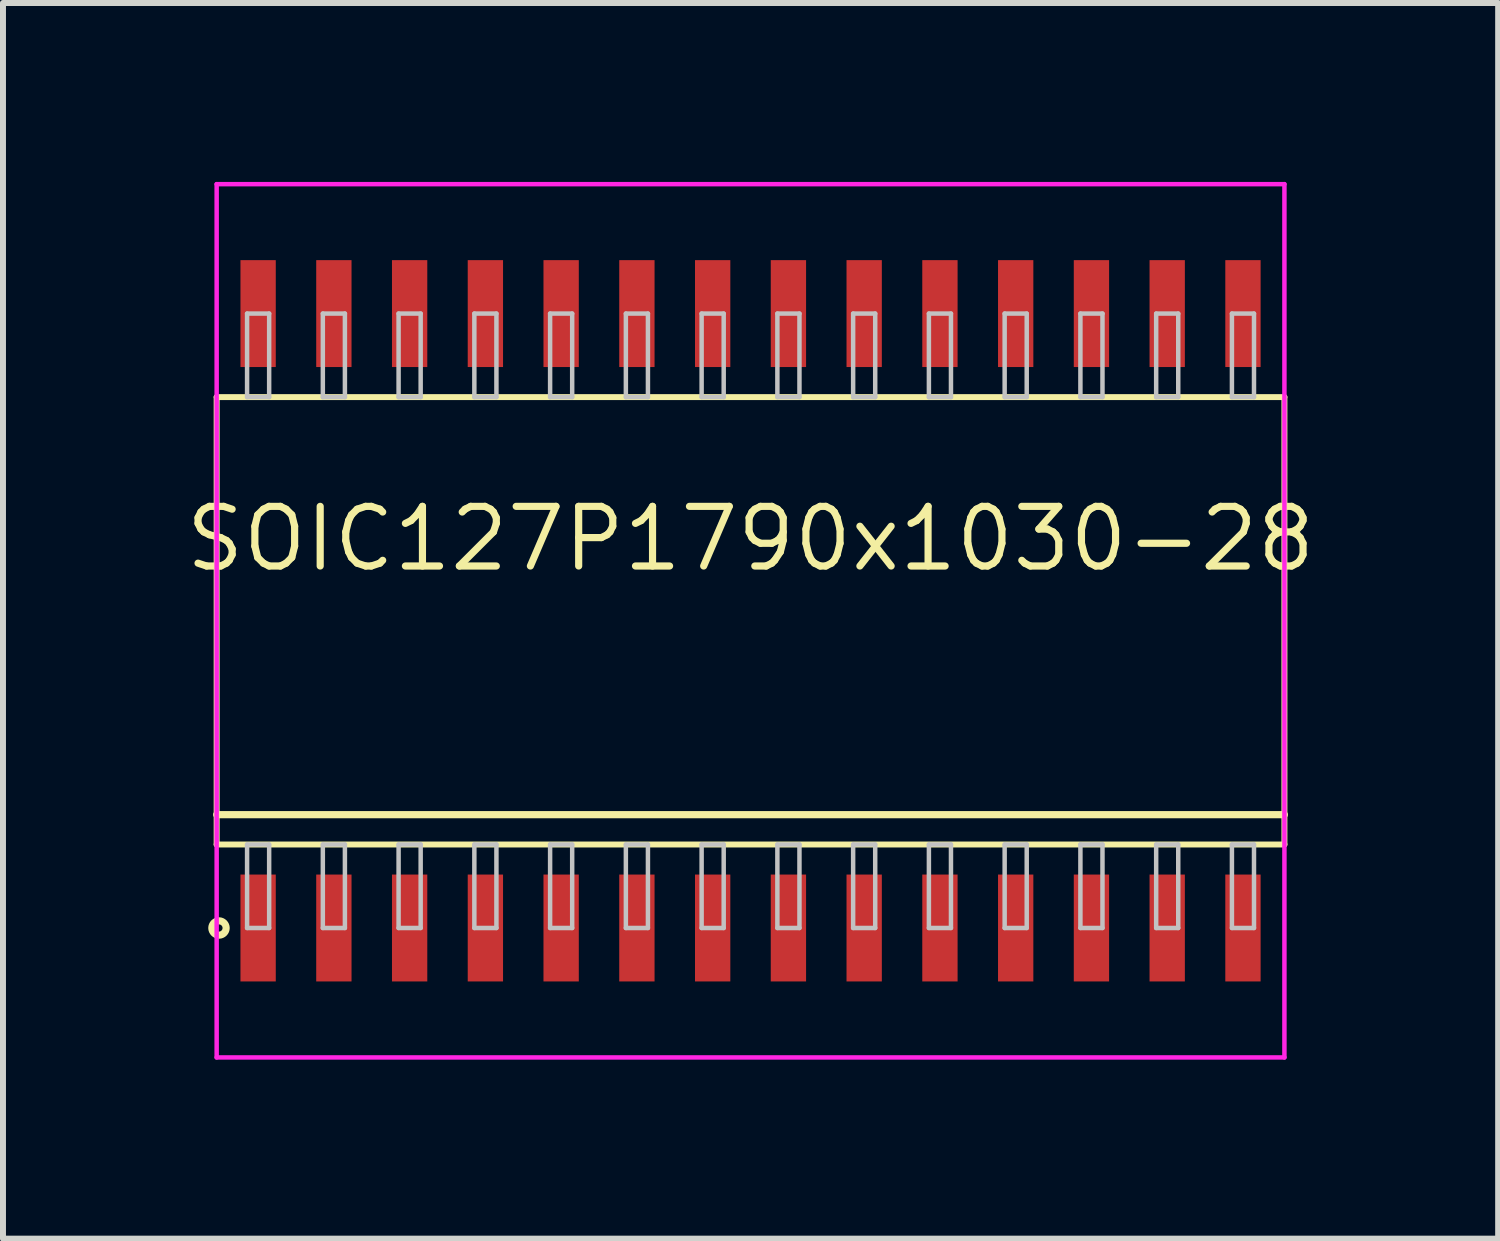
<source format=kicad_pcb>
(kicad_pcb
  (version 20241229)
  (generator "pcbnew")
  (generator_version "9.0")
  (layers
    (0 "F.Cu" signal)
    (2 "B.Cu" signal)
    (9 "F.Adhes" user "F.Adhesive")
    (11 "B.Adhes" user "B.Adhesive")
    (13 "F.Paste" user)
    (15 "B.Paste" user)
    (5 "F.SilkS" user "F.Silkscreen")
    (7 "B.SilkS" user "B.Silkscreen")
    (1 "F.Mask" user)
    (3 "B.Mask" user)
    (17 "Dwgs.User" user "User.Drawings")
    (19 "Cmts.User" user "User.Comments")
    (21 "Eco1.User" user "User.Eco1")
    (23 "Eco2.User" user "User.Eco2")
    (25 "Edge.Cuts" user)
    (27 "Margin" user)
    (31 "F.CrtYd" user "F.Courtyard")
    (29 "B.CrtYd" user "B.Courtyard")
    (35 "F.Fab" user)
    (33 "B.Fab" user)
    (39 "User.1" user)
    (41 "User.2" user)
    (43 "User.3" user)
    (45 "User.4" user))
  (footprint "SOIC127P1790x1030-28"
    (layer "F.Cu")
    (at 9.532 7.357)
    (property "Reference" "SOIC127P1790x1030-28" (at 0 -1.375 0) (layer "F.SilkS") (effects (font (size 1 1) (thickness 0.12))))
    (attr through_hole)
    (fp_line (start -8.95 -3.75) (end -8.95 3.75) (stroke (width 0.1) (type solid)) (layer "F.SilkS"))
    (fp_line (start -8.95 3.25) (end 8.95 3.25) (stroke (width 0.12) (type solid)) (layer "F.SilkS"))
    (fp_line (start -8.95 3.75) (end 8.95 3.75) (stroke (width 0.1) (type solid)) (layer "F.SilkS"))
    (fp_line (start 8.95 -3.75) (end -8.95 -3.75) (stroke (width 0.1) (type solid)) (layer "F.SilkS"))
    (fp_line (start 8.95 3.75) (end 8.95 -3.75) (stroke (width 0.1) (type solid)) (layer "F.SilkS"))
    (fp_circle (center -8.911 5.15) (end -8.791 5.15) (stroke (width 0.12) (type solid)) (fill no) (layer "F.SilkS"))
    (fp_line (start -8.44 -5.15) (end -8.44 -3.75) (stroke (width 0.075) (type solid)) (layer "Dwgs.User"))
    (fp_line (start -8.44 -3.75) (end -8.07 -3.75) (stroke (width 0.075) (type solid)) (layer "Dwgs.User"))
    (fp_line (start -8.44 3.75) (end -8.07 3.75) (stroke (width 0.075) (type solid)) (layer "Dwgs.User"))
    (fp_line (start -8.44 5.15) (end -8.44 3.75) (stroke (width 0.075) (type solid)) (layer "Dwgs.User"))
    (fp_line (start -8.07 -5.15) (end -8.44 -5.15) (stroke (width 0.075) (type solid)) (layer "Dwgs.User"))
    (fp_line (start -8.07 -3.75) (end -8.07 -5.15) (stroke (width 0.075) (type solid)) (layer "Dwgs.User"))
    (fp_line (start -8.07 3.75) (end -8.07 5.15) (stroke (width 0.075) (type solid)) (layer "Dwgs.User"))
    (fp_line (start -8.07 5.15) (end -8.44 5.15) (stroke (width 0.075) (type solid)) (layer "Dwgs.User"))
    (fp_line (start -7.17 -5.15) (end -7.17 -3.75) (stroke (width 0.075) (type solid)) (layer "Dwgs.User"))
    (fp_line (start -7.17 -3.75) (end -6.8 -3.75) (stroke (width 0.075) (type solid)) (layer "Dwgs.User"))
    (fp_line (start -7.17 3.75) (end -6.8 3.75) (stroke (width 0.075) (type solid)) (layer "Dwgs.User"))
    (fp_line (start -7.17 5.15) (end -7.17 3.75) (stroke (width 0.075) (type solid)) (layer "Dwgs.User"))
    (fp_line (start -6.8 -5.15) (end -7.17 -5.15) (stroke (width 0.075) (type solid)) (layer "Dwgs.User"))
    (fp_line (start -6.8 -3.75) (end -6.8 -5.15) (stroke (width 0.075) (type solid)) (layer "Dwgs.User"))
    (fp_line (start -6.8 3.75) (end -6.8 5.15) (stroke (width 0.075) (type solid)) (layer "Dwgs.User"))
    (fp_line (start -6.8 5.15) (end -7.17 5.15) (stroke (width 0.075) (type solid)) (layer "Dwgs.User"))
    (fp_line (start -5.9 -5.15) (end -5.9 -3.75) (stroke (width 0.075) (type solid)) (layer "Dwgs.User"))
    (fp_line (start -5.9 -3.75) (end -5.53 -3.75) (stroke (width 0.075) (type solid)) (layer "Dwgs.User"))
    (fp_line (start -5.9 3.75) (end -5.53 3.75) (stroke (width 0.075) (type solid)) (layer "Dwgs.User"))
    (fp_line (start -5.9 5.15) (end -5.9 3.75) (stroke (width 0.075) (type solid)) (layer "Dwgs.User"))
    (fp_line (start -5.53 -5.15) (end -5.9 -5.15) (stroke (width 0.075) (type solid)) (layer "Dwgs.User"))
    (fp_line (start -5.53 -3.75) (end -5.53 -5.15) (stroke (width 0.075) (type solid)) (layer "Dwgs.User"))
    (fp_line (start -5.53 3.75) (end -5.53 5.15) (stroke (width 0.075) (type solid)) (layer "Dwgs.User"))
    (fp_line (start -5.53 5.15) (end -5.9 5.15) (stroke (width 0.075) (type solid)) (layer "Dwgs.User"))
    (fp_line (start -4.63 -5.15) (end -4.63 -3.75) (stroke (width 0.075) (type solid)) (layer "Dwgs.User"))
    (fp_line (start -4.63 -3.75) (end -4.26 -3.75) (stroke (width 0.075) (type solid)) (layer "Dwgs.User"))
    (fp_line (start -4.63 3.75) (end -4.26 3.75) (stroke (width 0.075) (type solid)) (layer "Dwgs.User"))
    (fp_line (start -4.63 5.15) (end -4.63 3.75) (stroke (width 0.075) (type solid)) (layer "Dwgs.User"))
    (fp_line (start -4.26 -5.15) (end -4.63 -5.15) (stroke (width 0.075) (type solid)) (layer "Dwgs.User"))
    (fp_line (start -4.26 -3.75) (end -4.26 -5.15) (stroke (width 0.075) (type solid)) (layer "Dwgs.User"))
    (fp_line (start -4.26 3.75) (end -4.26 5.15) (stroke (width 0.075) (type solid)) (layer "Dwgs.User"))
    (fp_line (start -4.26 5.15) (end -4.63 5.15) (stroke (width 0.075) (type solid)) (layer "Dwgs.User"))
    (fp_line (start -3.36 -5.15) (end -3.36 -3.75) (stroke (width 0.075) (type solid)) (layer "Dwgs.User"))
    (fp_line (start -3.36 -3.75) (end -2.99 -3.75) (stroke (width 0.075) (type solid)) (layer "Dwgs.User"))
    (fp_line (start -3.36 3.75) (end -2.99 3.75) (stroke (width 0.075) (type solid)) (layer "Dwgs.User"))
    (fp_line (start -3.36 5.15) (end -3.36 3.75) (stroke (width 0.075) (type solid)) (layer "Dwgs.User"))
    (fp_line (start -2.99 -5.15) (end -3.36 -5.15) (stroke (width 0.075) (type solid)) (layer "Dwgs.User"))
    (fp_line (start -2.99 -3.75) (end -2.99 -5.15) (stroke (width 0.075) (type solid)) (layer "Dwgs.User"))
    (fp_line (start -2.99 3.75) (end -2.99 5.15) (stroke (width 0.075) (type solid)) (layer "Dwgs.User"))
    (fp_line (start -2.99 5.15) (end -3.36 5.15) (stroke (width 0.075) (type solid)) (layer "Dwgs.User"))
    (fp_line (start -2.09 -5.15) (end -2.09 -3.75) (stroke (width 0.075) (type solid)) (layer "Dwgs.User"))
    (fp_line (start -2.09 -3.75) (end -1.72 -3.75) (stroke (width 0.075) (type solid)) (layer "Dwgs.User"))
    (fp_line (start -2.09 3.75) (end -1.72 3.75) (stroke (width 0.075) (type solid)) (layer "Dwgs.User"))
    (fp_line (start -2.09 5.15) (end -2.09 3.75) (stroke (width 0.075) (type solid)) (layer "Dwgs.User"))
    (fp_line (start -1.72 -5.15) (end -2.09 -5.15) (stroke (width 0.075) (type solid)) (layer "Dwgs.User"))
    (fp_line (start -1.72 -3.75) (end -1.72 -5.15) (stroke (width 0.075) (type solid)) (layer "Dwgs.User"))
    (fp_line (start -1.72 3.75) (end -1.72 5.15) (stroke (width 0.075) (type solid)) (layer "Dwgs.User"))
    (fp_line (start -1.72 5.15) (end -2.09 5.15) (stroke (width 0.075) (type solid)) (layer "Dwgs.User"))
    (fp_line (start -0.82 -5.15) (end -0.82 -3.75) (stroke (width 0.075) (type solid)) (layer "Dwgs.User"))
    (fp_line (start -0.82 -3.75) (end -0.45 -3.75) (stroke (width 0.075) (type solid)) (layer "Dwgs.User"))
    (fp_line (start -0.82 3.75) (end -0.45 3.75) (stroke (width 0.075) (type solid)) (layer "Dwgs.User"))
    (fp_line (start -0.82 5.15) (end -0.82 3.75) (stroke (width 0.075) (type solid)) (layer "Dwgs.User"))
    (fp_line (start -0.45 -5.15) (end -0.82 -5.15) (stroke (width 0.075) (type solid)) (layer "Dwgs.User"))
    (fp_line (start -0.45 -3.75) (end -0.45 -5.15) (stroke (width 0.075) (type solid)) (layer "Dwgs.User"))
    (fp_line (start -0.45 3.75) (end -0.45 5.15) (stroke (width 0.075) (type solid)) (layer "Dwgs.User"))
    (fp_line (start -0.45 5.15) (end -0.82 5.15) (stroke (width 0.075) (type solid)) (layer "Dwgs.User"))
    (fp_line (start 0.45 -5.15) (end 0.45 -3.75) (stroke (width 0.075) (type solid)) (layer "Dwgs.User"))
    (fp_line (start 0.45 -3.75) (end 0.82 -3.75) (stroke (width 0.075) (type solid)) (layer "Dwgs.User"))
    (fp_line (start 0.45 3.75) (end 0.82 3.75) (stroke (width 0.075) (type solid)) (layer "Dwgs.User"))
    (fp_line (start 0.45 5.15) (end 0.45 3.75) (stroke (width 0.075) (type solid)) (layer "Dwgs.User"))
    (fp_line (start 0.82 -5.15) (end 0.45 -5.15) (stroke (width 0.075) (type solid)) (layer "Dwgs.User"))
    (fp_line (start 0.82 -3.75) (end 0.82 -5.15) (stroke (width 0.075) (type solid)) (layer "Dwgs.User"))
    (fp_line (start 0.82 3.75) (end 0.82 5.15) (stroke (width 0.075) (type solid)) (layer "Dwgs.User"))
    (fp_line (start 0.82 5.15) (end 0.45 5.15) (stroke (width 0.075) (type solid)) (layer "Dwgs.User"))
    (fp_line (start 1.72 -5.15) (end 1.72 -3.75) (stroke (width 0.075) (type solid)) (layer "Dwgs.User"))
    (fp_line (start 1.72 -3.75) (end 2.09 -3.75) (stroke (width 0.075) (type solid)) (layer "Dwgs.User"))
    (fp_line (start 1.72 3.75) (end 2.09 3.75) (stroke (width 0.075) (type solid)) (layer "Dwgs.User"))
    (fp_line (start 1.72 5.15) (end 1.72 3.75) (stroke (width 0.075) (type solid)) (layer "Dwgs.User"))
    (fp_line (start 2.09 -5.15) (end 1.72 -5.15) (stroke (width 0.075) (type solid)) (layer "Dwgs.User"))
    (fp_line (start 2.09 -3.75) (end 2.09 -5.15) (stroke (width 0.075) (type solid)) (layer "Dwgs.User"))
    (fp_line (start 2.09 3.75) (end 2.09 5.15) (stroke (width 0.075) (type solid)) (layer "Dwgs.User"))
    (fp_line (start 2.09 5.15) (end 1.72 5.15) (stroke (width 0.075) (type solid)) (layer "Dwgs.User"))
    (fp_line (start 2.99 -5.15) (end 2.99 -3.75) (stroke (width 0.075) (type solid)) (layer "Dwgs.User"))
    (fp_line (start 2.99 -3.75) (end 3.36 -3.75) (stroke (width 0.075) (type solid)) (layer "Dwgs.User"))
    (fp_line (start 2.99 3.75) (end 3.36 3.75) (stroke (width 0.075) (type solid)) (layer "Dwgs.User"))
    (fp_line (start 2.99 5.15) (end 2.99 3.75) (stroke (width 0.075) (type solid)) (layer "Dwgs.User"))
    (fp_line (start 3.36 -5.15) (end 2.99 -5.15) (stroke (width 0.075) (type solid)) (layer "Dwgs.User"))
    (fp_line (start 3.36 -3.75) (end 3.36 -5.15) (stroke (width 0.075) (type solid)) (layer "Dwgs.User"))
    (fp_line (start 3.36 3.75) (end 3.36 5.15) (stroke (width 0.075) (type solid)) (layer "Dwgs.User"))
    (fp_line (start 3.36 5.15) (end 2.99 5.15) (stroke (width 0.075) (type solid)) (layer "Dwgs.User"))
    (fp_line (start 4.26 -5.15) (end 4.26 -3.75) (stroke (width 0.075) (type solid)) (layer "Dwgs.User"))
    (fp_line (start 4.26 -3.75) (end 4.63 -3.75) (stroke (width 0.075) (type solid)) (layer "Dwgs.User"))
    (fp_line (start 4.26 3.75) (end 4.63 3.75) (stroke (width 0.075) (type solid)) (layer "Dwgs.User"))
    (fp_line (start 4.26 5.15) (end 4.26 3.75) (stroke (width 0.075) (type solid)) (layer "Dwgs.User"))
    (fp_line (start 4.63 -5.15) (end 4.26 -5.15) (stroke (width 0.075) (type solid)) (layer "Dwgs.User"))
    (fp_line (start 4.63 -3.75) (end 4.63 -5.15) (stroke (width 0.075) (type solid)) (layer "Dwgs.User"))
    (fp_line (start 4.63 3.75) (end 4.63 5.15) (stroke (width 0.075) (type solid)) (layer "Dwgs.User"))
    (fp_line (start 4.63 5.15) (end 4.26 5.15) (stroke (width 0.075) (type solid)) (layer "Dwgs.User"))
    (fp_line (start 5.53 -5.15) (end 5.53 -3.75) (stroke (width 0.075) (type solid)) (layer "Dwgs.User"))
    (fp_line (start 5.53 -3.75) (end 5.9 -3.75) (stroke (width 0.075) (type solid)) (layer "Dwgs.User"))
    (fp_line (start 5.53 3.75) (end 5.9 3.75) (stroke (width 0.075) (type solid)) (layer "Dwgs.User"))
    (fp_line (start 5.53 5.15) (end 5.53 3.75) (stroke (width 0.075) (type solid)) (layer "Dwgs.User"))
    (fp_line (start 5.9 -5.15) (end 5.53 -5.15) (stroke (width 0.075) (type solid)) (layer "Dwgs.User"))
    (fp_line (start 5.9 -3.75) (end 5.9 -5.15) (stroke (width 0.075) (type solid)) (layer "Dwgs.User"))
    (fp_line (start 5.9 3.75) (end 5.9 5.15) (stroke (width 0.075) (type solid)) (layer "Dwgs.User"))
    (fp_line (start 5.9 5.15) (end 5.53 5.15) (stroke (width 0.075) (type solid)) (layer "Dwgs.User"))
    (fp_line (start 6.8 -5.15) (end 6.8 -3.75) (stroke (width 0.075) (type solid)) (layer "Dwgs.User"))
    (fp_line (start 6.8 -3.75) (end 7.17 -3.75) (stroke (width 0.075) (type solid)) (layer "Dwgs.User"))
    (fp_line (start 6.8 3.75) (end 7.17 3.75) (stroke (width 0.075) (type solid)) (layer "Dwgs.User"))
    (fp_line (start 6.8 5.15) (end 6.8 3.75) (stroke (width 0.075) (type solid)) (layer "Dwgs.User"))
    (fp_line (start 7.17 -5.15) (end 6.8 -5.15) (stroke (width 0.075) (type solid)) (layer "Dwgs.User"))
    (fp_line (start 7.17 -3.75) (end 7.17 -5.15) (stroke (width 0.075) (type solid)) (layer "Dwgs.User"))
    (fp_line (start 7.17 3.75) (end 7.17 5.15) (stroke (width 0.075) (type solid)) (layer "Dwgs.User"))
    (fp_line (start 7.17 5.15) (end 6.8 5.15) (stroke (width 0.075) (type solid)) (layer "Dwgs.User"))
    (fp_line (start 8.07 -5.15) (end 8.07 -3.75) (stroke (width 0.075) (type solid)) (layer "Dwgs.User"))
    (fp_line (start 8.07 -3.75) (end 8.44 -3.75) (stroke (width 0.075) (type solid)) (layer "Dwgs.User"))
    (fp_line (start 8.07 3.75) (end 8.44 3.75) (stroke (width 0.075) (type solid)) (layer "Dwgs.User"))
    (fp_line (start 8.07 5.15) (end 8.07 3.75) (stroke (width 0.075) (type solid)) (layer "Dwgs.User"))
    (fp_line (start 8.44 -5.15) (end 8.07 -5.15) (stroke (width 0.075) (type solid)) (layer "Dwgs.User"))
    (fp_line (start 8.44 -3.75) (end 8.44 -5.15) (stroke (width 0.075) (type solid)) (layer "Dwgs.User"))
    (fp_line (start 8.44 3.75) (end 8.44 5.15) (stroke (width 0.075) (type solid)) (layer "Dwgs.User"))
    (fp_line (start 8.44 5.15) (end 8.07 5.15) (stroke (width 0.075) (type solid)) (layer "Dwgs.User"))
    (fp_line (start -0.75 0) (end 0.75 0) (stroke (width 0.12) (type solid)) (layer "Eco1.User"))
    (fp_line (start 0 -0.75) (end 0 0.75) (stroke (width 0.12) (type solid)) (layer "Eco1.User"))
    (fp_circle (center 0 0) (end 0.5 0) (stroke (width 0.12) (type solid)) (fill no) (layer "Eco1.User"))
    (fp_line (start -8.95 -7.32) (end -8.95 7.32) (stroke (width 0.075) (type solid)) (layer "F.CrtYd"))
    (fp_line (start -8.95 7.32) (end 8.95 7.32) (stroke (width 0.075) (type solid)) (layer "F.CrtYd"))
    (fp_line (start 8.95 -7.32) (end -8.95 -7.32) (stroke (width 0.075) (type solid)) (layer "F.CrtYd"))
    (fp_line (start 8.95 7.32) (end 8.95 -7.32) (stroke (width 0.075) (type solid)) (layer "F.CrtYd"))
    (pad "1" smd rect (at -8.255 5.15) (size 0.592 1.792) (layers "F.Cu" "F.Mask" "F.Paste"))
    (pad "2" smd rect (at -6.985 5.15) (size 0.592 1.792) (layers "F.Cu" "F.Mask" "F.Paste"))
    (pad "3" smd rect (at -5.715 5.15) (size 0.592 1.792) (layers "F.Cu" "F.Mask" "F.Paste"))
    (pad "4" smd rect (at -4.445 5.15) (size 0.592 1.792) (layers "F.Cu" "F.Mask" "F.Paste"))
    (pad "5" smd rect (at -3.175 5.15) (size 0.592 1.792) (layers "F.Cu" "F.Mask" "F.Paste"))
    (pad "6" smd rect (at -1.905 5.15) (size 0.592 1.792) (layers "F.Cu" "F.Mask" "F.Paste"))
    (pad "7" smd rect (at -0.635 5.15) (size 0.592 1.792) (layers "F.Cu" "F.Mask" "F.Paste"))
    (pad "8" smd rect (at 0.635 5.15) (size 0.592 1.792) (layers "F.Cu" "F.Mask" "F.Paste"))
    (pad "9" smd rect (at 1.905 5.15) (size 0.592 1.792) (layers "F.Cu" "F.Mask" "F.Paste"))
    (pad "10" smd rect (at 3.175 5.15) (size 0.592 1.792) (layers "F.Cu" "F.Mask" "F.Paste"))
    (pad "11" smd rect (at 4.445 5.15) (size 0.592 1.792) (layers "F.Cu" "F.Mask" "F.Paste"))
    (pad "12" smd rect (at 5.715 5.15) (size 0.592 1.792) (layers "F.Cu" "F.Mask" "F.Paste"))
    (pad "13" smd rect (at 6.985 5.15) (size 0.592 1.792) (layers "F.Cu" "F.Mask" "F.Paste"))
    (pad "14" smd rect (at 8.255 5.15) (size 0.592 1.792) (layers "F.Cu" "F.Mask" "F.Paste"))
    (pad "15" smd rect (at 8.255 -5.15) (size 0.592 1.792) (layers "F.Cu" "F.Mask" "F.Paste"))
    (pad "16" smd rect (at 6.985 -5.15) (size 0.592 1.792) (layers "F.Cu" "F.Mask" "F.Paste"))
    (pad "17" smd rect (at 5.715 -5.15) (size 0.592 1.792) (layers "F.Cu" "F.Mask" "F.Paste"))
    (pad "18" smd rect (at 4.445 -5.15) (size 0.592 1.792) (layers "F.Cu" "F.Mask" "F.Paste"))
    (pad "19" smd rect (at 3.175 -5.15) (size 0.592 1.792) (layers "F.Cu" "F.Mask" "F.Paste"))
    (pad "20" smd rect (at 1.905 -5.15) (size 0.592 1.792) (layers "F.Cu" "F.Mask" "F.Paste"))
    (pad "21" smd rect (at 0.635 -5.15) (size 0.592 1.792) (layers "F.Cu" "F.Mask" "F.Paste"))
    (pad "22" smd rect (at -0.635 -5.15) (size 0.592 1.792) (layers "F.Cu" "F.Mask" "F.Paste"))
    (pad "23" smd rect (at -1.905 -5.15) (size 0.592 1.792) (layers "F.Cu" "F.Mask" "F.Paste"))
    (pad "24" smd rect (at -3.175 -5.15) (size 0.592 1.792) (layers "F.Cu" "F.Mask" "F.Paste"))
    (pad "25" smd rect (at -4.445 -5.15) (size 0.592 1.792) (layers "F.Cu" "F.Mask" "F.Paste"))
    (pad "26" smd rect (at -5.715 -5.15) (size 0.592 1.792) (layers "F.Cu" "F.Mask" "F.Paste"))
    (pad "27" smd rect (at -6.985 -5.15) (size 0.592 1.792) (layers "F.Cu" "F.Mask" "F.Paste"))
    (pad "28" smd rect (at -8.255 -5.15) (size 0.592 1.792) (layers "F.Cu" "F.Mask" "F.Paste")))
  (gr_rect
    (start -3 -3)
    (end 22.065 17.715)
    (stroke (width 0.1) (type default))
    (fill no)
    (layer "Edge.Cuts")))
</source>
